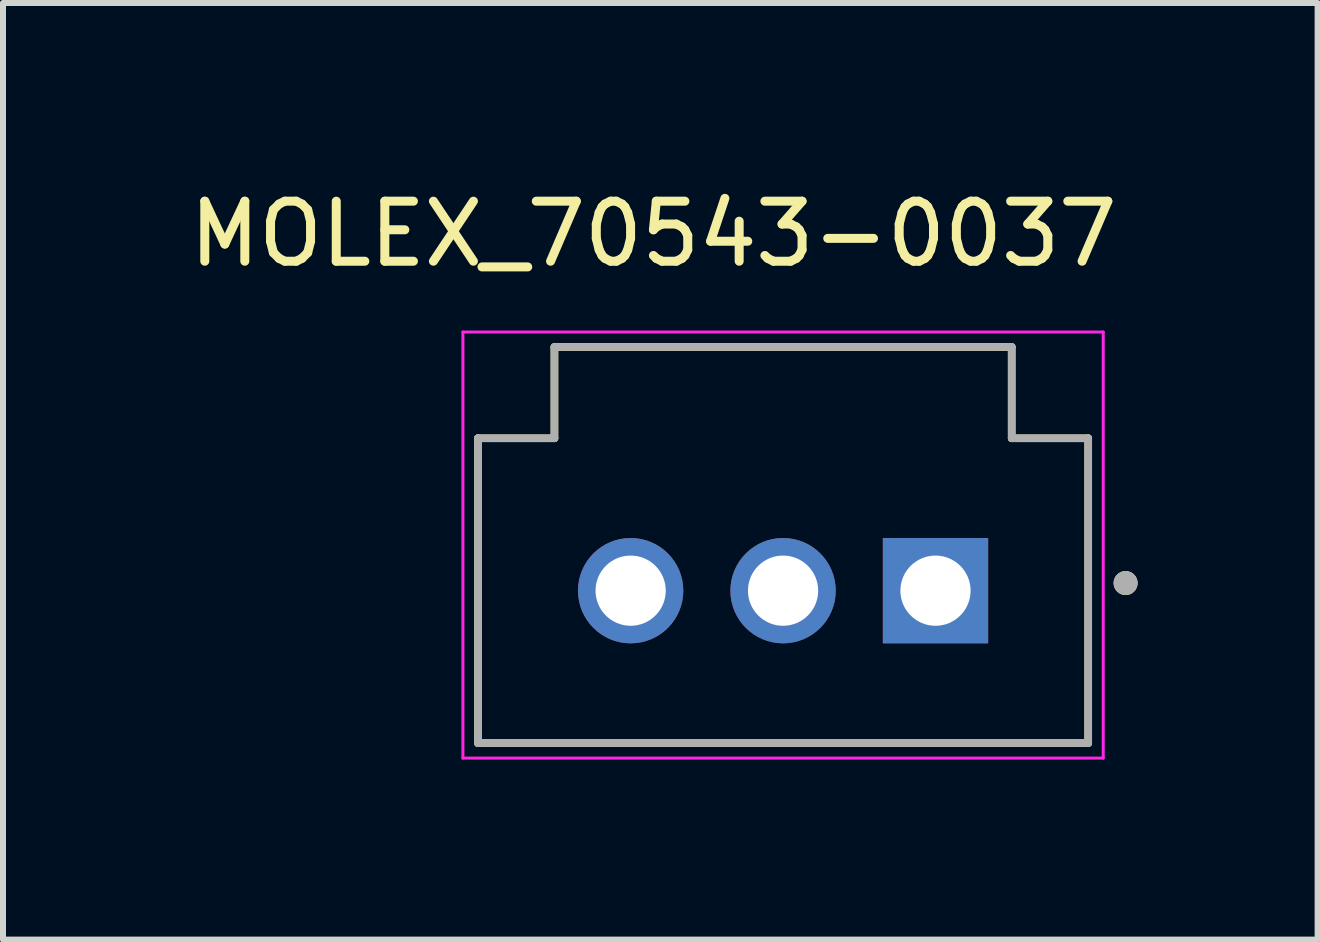
<source format=kicad_pcb>
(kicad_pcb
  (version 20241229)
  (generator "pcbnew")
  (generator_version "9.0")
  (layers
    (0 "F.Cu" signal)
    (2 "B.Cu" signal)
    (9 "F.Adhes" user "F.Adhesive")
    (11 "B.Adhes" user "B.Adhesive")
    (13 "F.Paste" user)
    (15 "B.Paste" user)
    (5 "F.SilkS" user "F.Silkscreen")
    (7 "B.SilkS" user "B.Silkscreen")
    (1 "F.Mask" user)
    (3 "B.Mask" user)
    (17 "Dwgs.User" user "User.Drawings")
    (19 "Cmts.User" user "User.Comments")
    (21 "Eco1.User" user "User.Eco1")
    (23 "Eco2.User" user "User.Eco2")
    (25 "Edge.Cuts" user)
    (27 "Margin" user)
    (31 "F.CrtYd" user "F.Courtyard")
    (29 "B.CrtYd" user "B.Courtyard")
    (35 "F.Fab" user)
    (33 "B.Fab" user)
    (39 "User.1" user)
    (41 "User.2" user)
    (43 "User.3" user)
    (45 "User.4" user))
  (footprint "MOLEX_70543-0037"
    (layer "F.Cu")
    (at 9.999 6.793)
    (property "Reference" "MOLEX_70543-0037" (at -2.16 -5.945 0) (layer "F.SilkS") (effects (font (size 1 1) (thickness 0.15))))
    (attr through_hole)
    (fp_line (start -5.085 -2.54) (end -5.085 2.54) (stroke (width 0.127) (type solid)) (layer "F.SilkS"))
    (fp_line (start -5.085 2.54) (end 5.085 2.54) (stroke (width 0.127) (type solid)) (layer "F.SilkS"))
    (fp_line (start -3.81 -4.06) (end -3.81 -2.54) (stroke (width 0.127) (type solid)) (layer "F.SilkS"))
    (fp_line (start -3.81 -2.54) (end -5.085 -2.54) (stroke (width 0.127) (type solid)) (layer "F.SilkS"))
    (fp_line (start 3.81 -4.06) (end -3.81 -4.06) (stroke (width 0.127) (type solid)) (layer "F.SilkS"))
    (fp_line (start 3.81 -2.54) (end 3.81 -4.06) (stroke (width 0.127) (type solid)) (layer "F.SilkS"))
    (fp_line (start 5.085 -2.54) (end 3.81 -2.54) (stroke (width 0.127) (type solid)) (layer "F.SilkS"))
    (fp_line (start 5.085 2.54) (end 5.085 -2.54) (stroke (width 0.127) (type solid)) (layer "F.SilkS"))
    (fp_circle (center 5.708 -0.127) (end 5.808 -0.127) (stroke (width 0.2) (type solid)) (fill no) (layer "F.SilkS"))
    (fp_line (start -5.335 -4.31) (end -5.335 2.79) (stroke (width 0.05) (type solid)) (layer "F.CrtYd"))
    (fp_line (start -5.335 2.79) (end 5.335 2.79) (stroke (width 0.05) (type solid)) (layer "F.CrtYd"))
    (fp_line (start 5.335 -4.31) (end -5.335 -4.31) (stroke (width 0.05) (type solid)) (layer "F.CrtYd"))
    (fp_line (start 5.335 2.79) (end 5.335 -4.31) (stroke (width 0.05) (type solid)) (layer "F.CrtYd"))
    (fp_line (start -5.085 -2.54) (end -5.085 2.54) (stroke (width 0.127) (type solid)) (layer "F.Fab"))
    (fp_line (start -5.085 2.54) (end 5.085 2.54) (stroke (width 0.127) (type solid)) (layer "F.Fab"))
    (fp_line (start -3.81 -4.06) (end -3.81 -2.54) (stroke (width 0.127) (type solid)) (layer "F.Fab"))
    (fp_line (start -3.81 -2.54) (end -5.085 -2.54) (stroke (width 0.127) (type solid)) (layer "F.Fab"))
    (fp_line (start 3.81 -4.06) (end -3.81 -4.06) (stroke (width 0.127) (type solid)) (layer "F.Fab"))
    (fp_line (start 3.81 -2.54) (end 3.81 -4.06) (stroke (width 0.127) (type solid)) (layer "F.Fab"))
    (fp_line (start 5.085 -2.54) (end 3.81 -2.54) (stroke (width 0.127) (type solid)) (layer "F.Fab"))
    (fp_line (start 5.085 2.54) (end 5.085 -2.54) (stroke (width 0.127) (type solid)) (layer "F.Fab"))
    (fp_circle (center 5.708 -0.127) (end 5.808 -0.127) (stroke (width 0.2) (type solid)) (fill no) (layer "F.Fab"))
    (pad "1" thru_hole rect (at 2.54 0) (size 1.755 1.755) (drill 1.17) (layers "*.Cu" "*.Mask"))
    (pad "2" thru_hole circle (at 0 0) (size 1.755 1.755) (drill 1.17) (layers "*.Cu" "*.Mask"))
    (pad "3" thru_hole circle (at -2.54 0) (size 1.755 1.755) (drill 1.17) (layers "*.Cu" "*.Mask")))
  (gr_rect
    (start -3 -3)
    (end 18.907 12.608)
    (stroke (width 0.1) (type default))
    (fill no)
    (layer "Edge.Cuts")))
</source>
